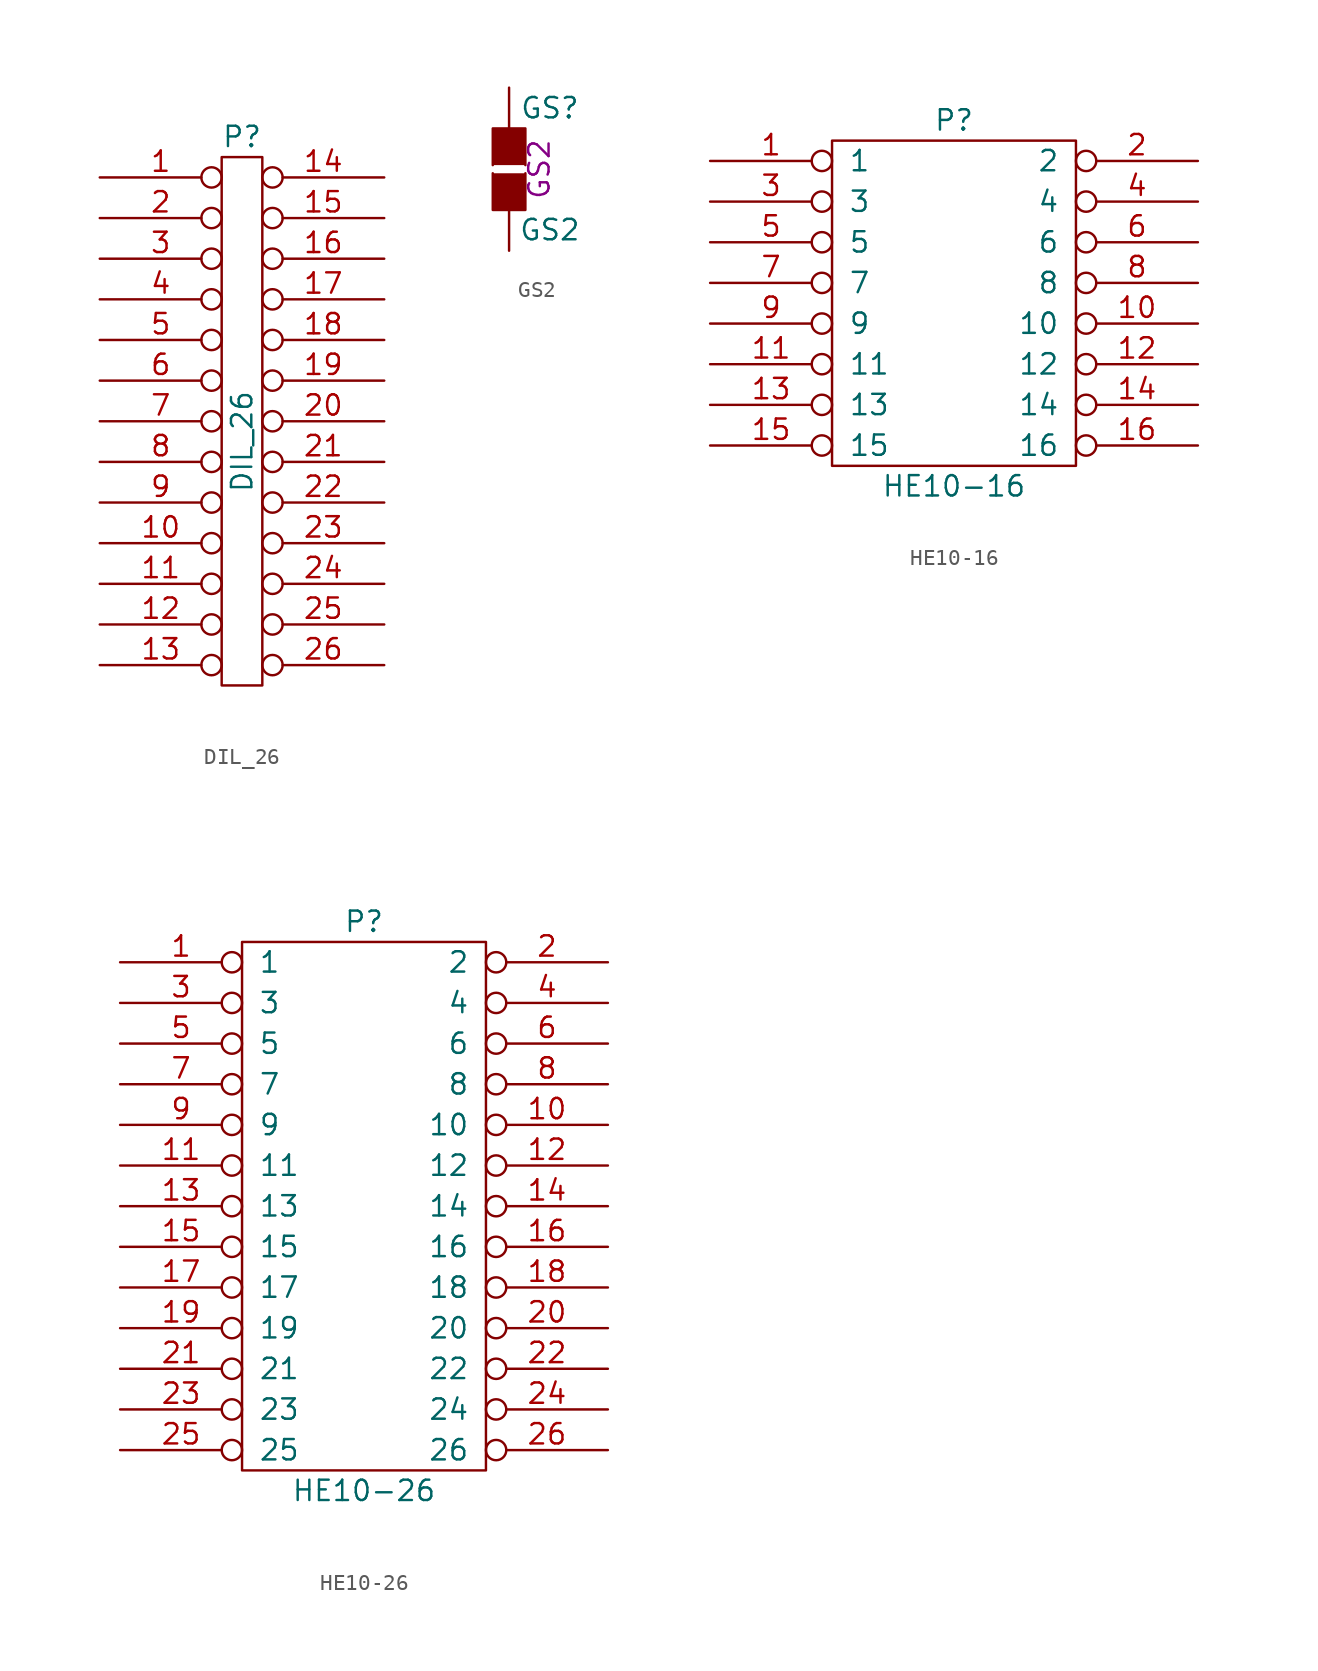
<source format=kicad_sym>
(kicad_symbol_lib
  (version 20211014)
  (generator kicad_symbol_editor)
  (symbol "DIL_26"
    (pin_names hide)
    (property "Reference" "P"
      (at 0 17.78 0)
      (effects (font (size 1.27 1.27))))
    (property "Value" "DIL_26"
      (at 0 -1.27 90)
      (effects (font (size 1.27 1.27))))
    (property "Footprint" ""
      (at 0 0 0)
      (effects (font (size 1.27 1.27))))
    (property "Datasheet" ""
      (at 0 0 0)
      (effects (font (size 1.27 1.27))))
    (symbol "DIL_26_0_1"
      (rectangle (start -1.27 16.51) (end 1.27 -16.51) (stroke (width 0) (type default) (color 0 0 0 0)) (fill (type none))))
    (symbol "DIL_26_1_1"
      (pin passive inverted (at -8.89 15.24 0) (length 7.62) (name "1" (effects (font (size 0.762 0.762)))) (number "1" (effects (font (size 1.27 1.27)))))
      (pin passive inverted (at -8.89 -7.62 0) (length 7.62) (name "10" (effects (font (size 0.762 0.762)))) (number "10" (effects (font (size 1.27 1.27)))))
      (pin passive inverted (at -8.89 -10.16 0) (length 7.62) (name "11" (effects (font (size 0.762 0.762)))) (number "11" (effects (font (size 1.27 1.27)))))
      (pin passive inverted (at -8.89 -12.7 0) (length 7.62) (name "12" (effects (font (size 0.762 0.762)))) (number "12" (effects (font (size 1.27 1.27)))))
      (pin passive inverted (at -8.89 -15.24 0) (length 7.62) (name "13" (effects (font (size 0.762 0.762)))) (number "13" (effects (font (size 1.27 1.27)))))
      (pin passive inverted (at 8.89 15.24 180) (length 7.62) (name "14" (effects (font (size 0.762 0.762)))) (number "14" (effects (font (size 1.27 1.27)))))
      (pin passive inverted (at 8.89 12.7 180) (length 7.62) (name "15" (effects (font (size 0.762 0.762)))) (number "15" (effects (font (size 1.27 1.27)))))
      (pin passive inverted (at 8.89 10.16 180) (length 7.62) (name "16" (effects (font (size 0.762 0.762)))) (number "16" (effects (font (size 1.27 1.27)))))
      (pin passive inverted (at 8.89 7.62 180) (length 7.62) (name "17" (effects (font (size 0.762 0.762)))) (number "17" (effects (font (size 1.27 1.27)))))
      (pin passive inverted (at 8.89 5.08 180) (length 7.62) (name "18" (effects (font (size 0.762 0.762)))) (number "18" (effects (font (size 1.27 1.27)))))
      (pin passive inverted (at 8.89 2.54 180) (length 7.62) (name "19" (effects (font (size 0.762 0.762)))) (number "19" (effects (font (size 1.27 1.27)))))
      (pin passive inverted (at -8.89 12.7 0) (length 7.62) (name "2" (effects (font (size 0.762 0.762)))) (number "2" (effects (font (size 1.27 1.27)))))
      (pin passive inverted (at 8.89 0 180) (length 7.62) (name "20" (effects (font (size 0.762 0.762)))) (number "20" (effects (font (size 1.27 1.27)))))
      (pin passive inverted (at 8.89 -2.54 180) (length 7.62) (name "21" (effects (font (size 0.762 0.762)))) (number "21" (effects (font (size 1.27 1.27)))))
      (pin passive inverted (at 8.89 -5.08 180) (length 7.62) (name "22" (effects (font (size 0.762 0.762)))) (number "22" (effects (font (size 1.27 1.27)))))
      (pin passive inverted (at 8.89 -7.62 180) (length 7.62) (name "23" (effects (font (size 0.762 0.762)))) (number "23" (effects (font (size 1.27 1.27)))))
      (pin passive inverted (at 8.89 -10.16 180) (length 7.62) (name "24" (effects (font (size 0.762 0.762)))) (number "24" (effects (font (size 1.27 1.27)))))
      (pin passive inverted (at 8.89 -12.7 180) (length 7.62) (name "25" (effects (font (size 0.762 0.762)))) (number "25" (effects (font (size 1.27 1.27)))))
      (pin passive inverted (at 8.89 -15.24 180) (length 7.62) (name "26" (effects (font (size 0.762 0.762)))) (number "26" (effects (font (size 1.27 1.27)))))
      (pin passive inverted (at -8.89 10.16 0) (length 7.62) (name "3" (effects (font (size 0.762 0.762)))) (number "3" (effects (font (size 1.27 1.27)))))
      (pin passive inverted (at -8.89 7.62 0) (length 7.62) (name "4" (effects (font (size 0.762 0.762)))) (number "4" (effects (font (size 1.27 1.27)))))
      (pin passive inverted (at -8.89 5.08 0) (length 7.62) (name "5" (effects (font (size 0.762 0.762)))) (number "5" (effects (font (size 1.27 1.27)))))
      (pin passive inverted (at -8.89 2.54 0) (length 7.62) (name "6" (effects (font (size 0.762 0.762)))) (number "6" (effects (font (size 1.27 1.27)))))
      (pin passive inverted (at -8.89 0 0) (length 7.62) (name "7" (effects (font (size 0.762 0.762)))) (number "7" (effects (font (size 1.27 1.27)))))
      (pin passive inverted (at -8.89 -2.54 0) (length 7.62) (name "8" (effects (font (size 0.762 0.762)))) (number "8" (effects (font (size 1.27 1.27)))))
      (pin passive inverted (at -8.89 -5.08 0) (length 7.62) (name "9" (effects (font (size 0.762 0.762)))) (number "9" (effects (font (size 1.27 1.27)))))))
  (symbol "GS2"
    (pin_numbers hide)
    (pin_names
      (offset 1.016) hide)
    (property "Reference" "GS"
      (at 2.54 3.81 0)
      (effects (font (size 1.27 1.27))))
    (property "Value" "GS2"
      (at 2.54 -3.785 0)
      (effects (font (size 1.27 1.27))))
    (property "Footprint" "GS2"
      (at 1.88 0 90)
      (effects (font (size 1.27 1.27))))
    (property "Datasheet" ""
      (at 0 0 0)
      (effects (font (size 1.27 1.27))))
    (symbol "GS2_0_1"
      (polyline (pts (xy -1.016 -0.254) (xy -1.016 -2.54) (xy 1.016 -2.54) (xy 1.016 -0.254)) (stroke (width 0) (type default) (color 0 0 0 0)) (fill (type outline)))
      (polyline (pts (xy -1.016 0.254) (xy -1.016 2.54) (xy 1.016 2.54) (xy 1.016 0.254)) (stroke (width 0) (type default) (color 0 0 0 0)) (fill (type outline))))
    (symbol "GS2_1_1"
      (pin passive line (at 0 5.08 270) (length 2.54) (name "G1" (effects (font (size 1.27 1.27)))) (number "1" (effects (font (size 1.27 1.27)))))
      (pin passive line (at 0 -5.08 90) (length 2.54) (name "G2" (effects (font (size 1.27 1.27)))) (number "2" (effects (font (size 1.27 1.27)))))))
  (symbol "HE10-16"
    (pin_names
      (offset 1.016))
    (property "Reference" "P"
      (at 0 11.43 0)
      (effects (font (size 1.27 1.27))))
    (property "Value" "HE10-16"
      (at 0 -11.43 0)
      (effects (font (size 1.27 1.27))))
    (property "Footprint" ""
      (at 0 0 0)
      (effects (font (size 1.27 1.27))))
    (property "Datasheet" ""
      (at 0 0 0)
      (effects (font (size 1.27 1.27))))
    (symbol "HE10-16_0_1"
      (rectangle (start -7.62 10.16) (end 7.62 -10.16) (stroke (width 0) (type default) (color 0 0 0 0)) (fill (type none))))
    (symbol "HE10-16_1_1"
      (pin passive inverted (at -15.24 8.89 0) (length 7.62) (name "1" (effects (font (size 1.27 1.27)))) (number "1" (effects (font (size 1.27 1.27)))))
      (pin passive inverted (at 15.24 -1.27 180) (length 7.62) (name "10" (effects (font (size 1.27 1.27)))) (number "10" (effects (font (size 1.27 1.27)))))
      (pin passive inverted (at -15.24 -3.81 0) (length 7.62) (name "11" (effects (font (size 1.27 1.27)))) (number "11" (effects (font (size 1.27 1.27)))))
      (pin passive inverted (at 15.24 -3.81 180) (length 7.62) (name "12" (effects (font (size 1.27 1.27)))) (number "12" (effects (font (size 1.27 1.27)))))
      (pin passive inverted (at -15.24 -6.35 0) (length 7.62) (name "13" (effects (font (size 1.27 1.27)))) (number "13" (effects (font (size 1.27 1.27)))))
      (pin passive inverted (at 15.24 -6.35 180) (length 7.62) (name "14" (effects (font (size 1.27 1.27)))) (number "14" (effects (font (size 1.27 1.27)))))
      (pin passive inverted (at -15.24 -8.89 0) (length 7.62) (name "15" (effects (font (size 1.27 1.27)))) (number "15" (effects (font (size 1.27 1.27)))))
      (pin passive inverted (at 15.24 -8.89 180) (length 7.62) (name "16" (effects (font (size 1.27 1.27)))) (number "16" (effects (font (size 1.27 1.27)))))
      (pin passive inverted (at 15.24 8.89 180) (length 7.62) (name "2" (effects (font (size 1.27 1.27)))) (number "2" (effects (font (size 1.27 1.27)))))
      (pin passive inverted (at -15.24 6.35 0) (length 7.62) (name "3" (effects (font (size 1.27 1.27)))) (number "3" (effects (font (size 1.27 1.27)))))
      (pin passive inverted (at 15.24 6.35 180) (length 7.62) (name "4" (effects (font (size 1.27 1.27)))) (number "4" (effects (font (size 1.27 1.27)))))
      (pin passive inverted (at -15.24 3.81 0) (length 7.62) (name "5" (effects (font (size 1.27 1.27)))) (number "5" (effects (font (size 1.27 1.27)))))
      (pin passive inverted (at 15.24 3.81 180) (length 7.62) (name "6" (effects (font (size 1.27 1.27)))) (number "6" (effects (font (size 1.27 1.27)))))
      (pin passive inverted (at -15.24 1.27 0) (length 7.62) (name "7" (effects (font (size 1.27 1.27)))) (number "7" (effects (font (size 1.27 1.27)))))
      (pin passive inverted (at 15.24 1.27 180) (length 7.62) (name "8" (effects (font (size 1.27 1.27)))) (number "8" (effects (font (size 1.27 1.27)))))
      (pin passive inverted (at -15.24 -1.27 0) (length 7.62) (name "9" (effects (font (size 1.27 1.27)))) (number "9" (effects (font (size 1.27 1.27)))))))
  (symbol "HE10-26"
    (pin_names
      (offset 1.016))
    (property "Reference" "P"
      (at 0 19.05 0)
      (effects (font (size 1.27 1.27))))
    (property "Value" "HE10-26"
      (at 0 -16.51 0)
      (effects (font (size 1.27 1.27))))
    (property "Footprint" ""
      (at 0 0 0)
      (effects (font (size 1.27 1.27))))
    (property "Datasheet" ""
      (at 0 0 0)
      (effects (font (size 1.27 1.27))))
    (symbol "HE10-26_0_1"
      (rectangle (start -7.62 17.78) (end 7.62 -15.24) (stroke (width 0) (type default) (color 0 0 0 0)) (fill (type none))))
    (symbol "HE10-26_1_1"
      (pin passive inverted (at -15.24 16.51 0) (length 7.62) (name "1" (effects (font (size 1.27 1.27)))) (number "1" (effects (font (size 1.27 1.27)))))
      (pin passive inverted (at 15.24 6.35 180) (length 7.62) (name "10" (effects (font (size 1.27 1.27)))) (number "10" (effects (font (size 1.27 1.27)))))
      (pin passive inverted (at -15.24 3.81 0) (length 7.62) (name "11" (effects (font (size 1.27 1.27)))) (number "11" (effects (font (size 1.27 1.27)))))
      (pin passive inverted (at 15.24 3.81 180) (length 7.62) (name "12" (effects (font (size 1.27 1.27)))) (number "12" (effects (font (size 1.27 1.27)))))
      (pin passive inverted (at -15.24 1.27 0) (length 7.62) (name "13" (effects (font (size 1.27 1.27)))) (number "13" (effects (font (size 1.27 1.27)))))
      (pin passive inverted (at 15.24 1.27 180) (length 7.62) (name "14" (effects (font (size 1.27 1.27)))) (number "14" (effects (font (size 1.27 1.27)))))
      (pin passive inverted (at -15.24 -1.27 0) (length 7.62) (name "15" (effects (font (size 1.27 1.27)))) (number "15" (effects (font (size 1.27 1.27)))))
      (pin passive inverted (at 15.24 -1.27 180) (length 7.62) (name "16" (effects (font (size 1.27 1.27)))) (number "16" (effects (font (size 1.27 1.27)))))
      (pin passive inverted (at -15.24 -3.81 0) (length 7.62) (name "17" (effects (font (size 1.27 1.27)))) (number "17" (effects (font (size 1.27 1.27)))))
      (pin passive inverted (at 15.24 -3.81 180) (length 7.62) (name "18" (effects (font (size 1.27 1.27)))) (number "18" (effects (font (size 1.27 1.27)))))
      (pin passive inverted (at -15.24 -6.35 0) (length 7.62) (name "19" (effects (font (size 1.27 1.27)))) (number "19" (effects (font (size 1.27 1.27)))))
      (pin passive inverted (at 15.24 16.51 180) (length 7.62) (name "2" (effects (font (size 1.27 1.27)))) (number "2" (effects (font (size 1.27 1.27)))))
      (pin passive inverted (at 15.24 -6.35 180) (length 7.62) (name "20" (effects (font (size 1.27 1.27)))) (number "20" (effects (font (size 1.27 1.27)))))
      (pin passive inverted (at -15.24 -8.89 0) (length 7.62) (name "21" (effects (font (size 1.27 1.27)))) (number "21" (effects (font (size 1.27 1.27)))))
      (pin passive inverted (at 15.24 -8.89 180) (length 7.62) (name "22" (effects (font (size 1.27 1.27)))) (number "22" (effects (font (size 1.27 1.27)))))
      (pin passive inverted (at -15.24 -11.43 0) (length 7.62) (name "23" (effects (font (size 1.27 1.27)))) (number "23" (effects (font (size 1.27 1.27)))))
      (pin passive inverted (at 15.24 -11.43 180) (length 7.62) (name "24" (effects (font (size 1.27 1.27)))) (number "24" (effects (font (size 1.27 1.27)))))
      (pin passive inverted (at -15.24 -13.97 0) (length 7.62) (name "25" (effects (font (size 1.27 1.27)))) (number "25" (effects (font (size 1.27 1.27)))))
      (pin passive inverted (at 15.24 -13.97 180) (length 7.62) (name "26" (effects (font (size 1.27 1.27)))) (number "26" (effects (font (size 1.27 1.27)))))
      (pin passive inverted (at -15.24 13.97 0) (length 7.62) (name "3" (effects (font (size 1.27 1.27)))) (number "3" (effects (font (size 1.27 1.27)))))
      (pin passive inverted (at 15.24 13.97 180) (length 7.62) (name "4" (effects (font (size 1.27 1.27)))) (number "4" (effects (font (size 1.27 1.27)))))
      (pin passive inverted (at -15.24 11.43 0) (length 7.62) (name "5" (effects (font (size 1.27 1.27)))) (number "5" (effects (font (size 1.27 1.27)))))
      (pin passive inverted (at 15.24 11.43 180) (length 7.62) (name "6" (effects (font (size 1.27 1.27)))) (number "6" (effects (font (size 1.27 1.27)))))
      (pin passive inverted (at -15.24 8.89 0) (length 7.62) (name "7" (effects (font (size 1.27 1.27)))) (number "7" (effects (font (size 1.27 1.27)))))
      (pin passive inverted (at 15.24 8.89 180) (length 7.62) (name "8" (effects (font (size 1.27 1.27)))) (number "8" (effects (font (size 1.27 1.27)))))
      (pin passive inverted (at -15.24 6.35 0) (length 7.62) (name "9" (effects (font (size 1.27 1.27)))) (number "9" (effects (font (size 1.27 1.27))))))))
</source>
